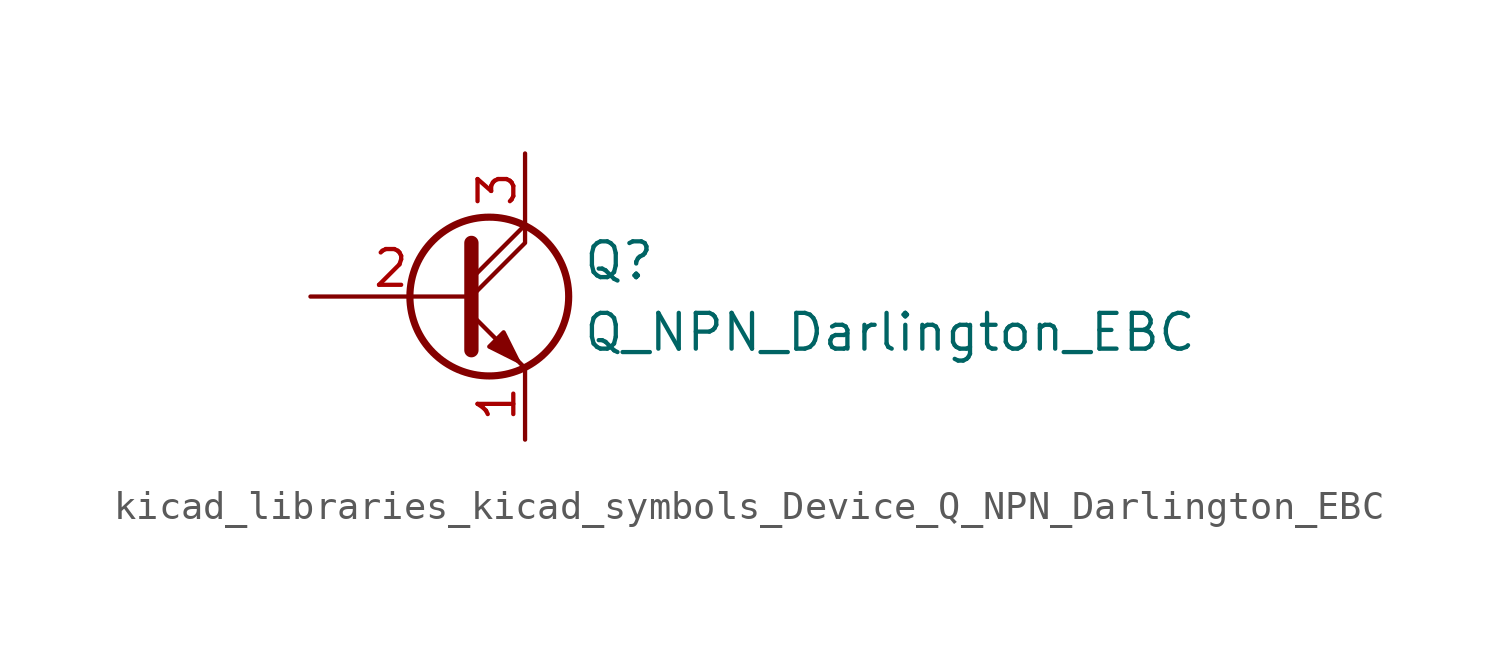
<source format=kicad_sym>
(kicad_symbol_lib
  (version 20220914)
  (generator kicad_symbol_editor)
  (symbol "kicad_libraries_kicad_symbols_Device_Q_NPN_Darlington_EBC"
    (pin_names
      (offset 0) hide)
    (property "Reference" "Q"
      (at 4.572 1.27 0)
      (effects (font (size 1.27 1.27)) (justify left)))
    (property "Value" "Q_NPN_Darlington_EBC"
      (at 4.572 -1.27 0)
      (effects (font (size 1.27 1.27)) (justify left)))
    (symbol "kicad_libraries_kicad_symbols_Device_Q_NPN_Darlington_EBC_0_1"
      (polyline (pts (xy 0.635 0.635) (xy 2.54 2.54)) (stroke (width 0) (type default)) (fill (type none)))
      (polyline (pts (xy 0.635 -0.635) (xy 2.54 -2.54) (xy 2.54 -2.54)) (stroke (width 0) (type default)) (fill (type none)))
      (polyline (pts (xy 0.635 0) (xy 2.54 1.905) (xy 2.54 2.54)) (stroke (width 0) (type default)) (fill (type none)))
      (polyline (pts (xy 0.635 1.905) (xy 0.635 -1.905) (xy 0.635 -1.905)) (stroke (width 0.508) (type default)) (fill (type none)))
      (polyline (pts (xy 1.27 -1.778) (xy 1.778 -1.27) (xy 2.286 -2.286) (xy 1.27 -1.778) (xy 1.27 -1.778)) (stroke (width 0) (type default)) (fill (type outline)))
      (circle (center 1.27 0) (radius 2.819) (stroke (width 0.254) (type default)) (fill (type none))))
    (symbol "kicad_libraries_kicad_symbols_Device_Q_NPN_Darlington_EBC_1_1"
      (pin passive line (at 2.54 -5.08 90) (length 2.54) (name "E" (effects (font (size 1.27 1.27)))) (number "1" (effects (font (size 1.27 1.27)))))
      (pin passive line (at -5.08 0 0) (length 5.715) (name "B" (effects (font (size 1.27 1.27)))) (number "2" (effects (font (size 1.27 1.27)))))
      (pin passive line (at 2.54 5.08 270) (length 2.54) (name "C" (effects (font (size 1.27 1.27)))) (number "3" (effects (font (size 1.27 1.27))))))))
</source>
